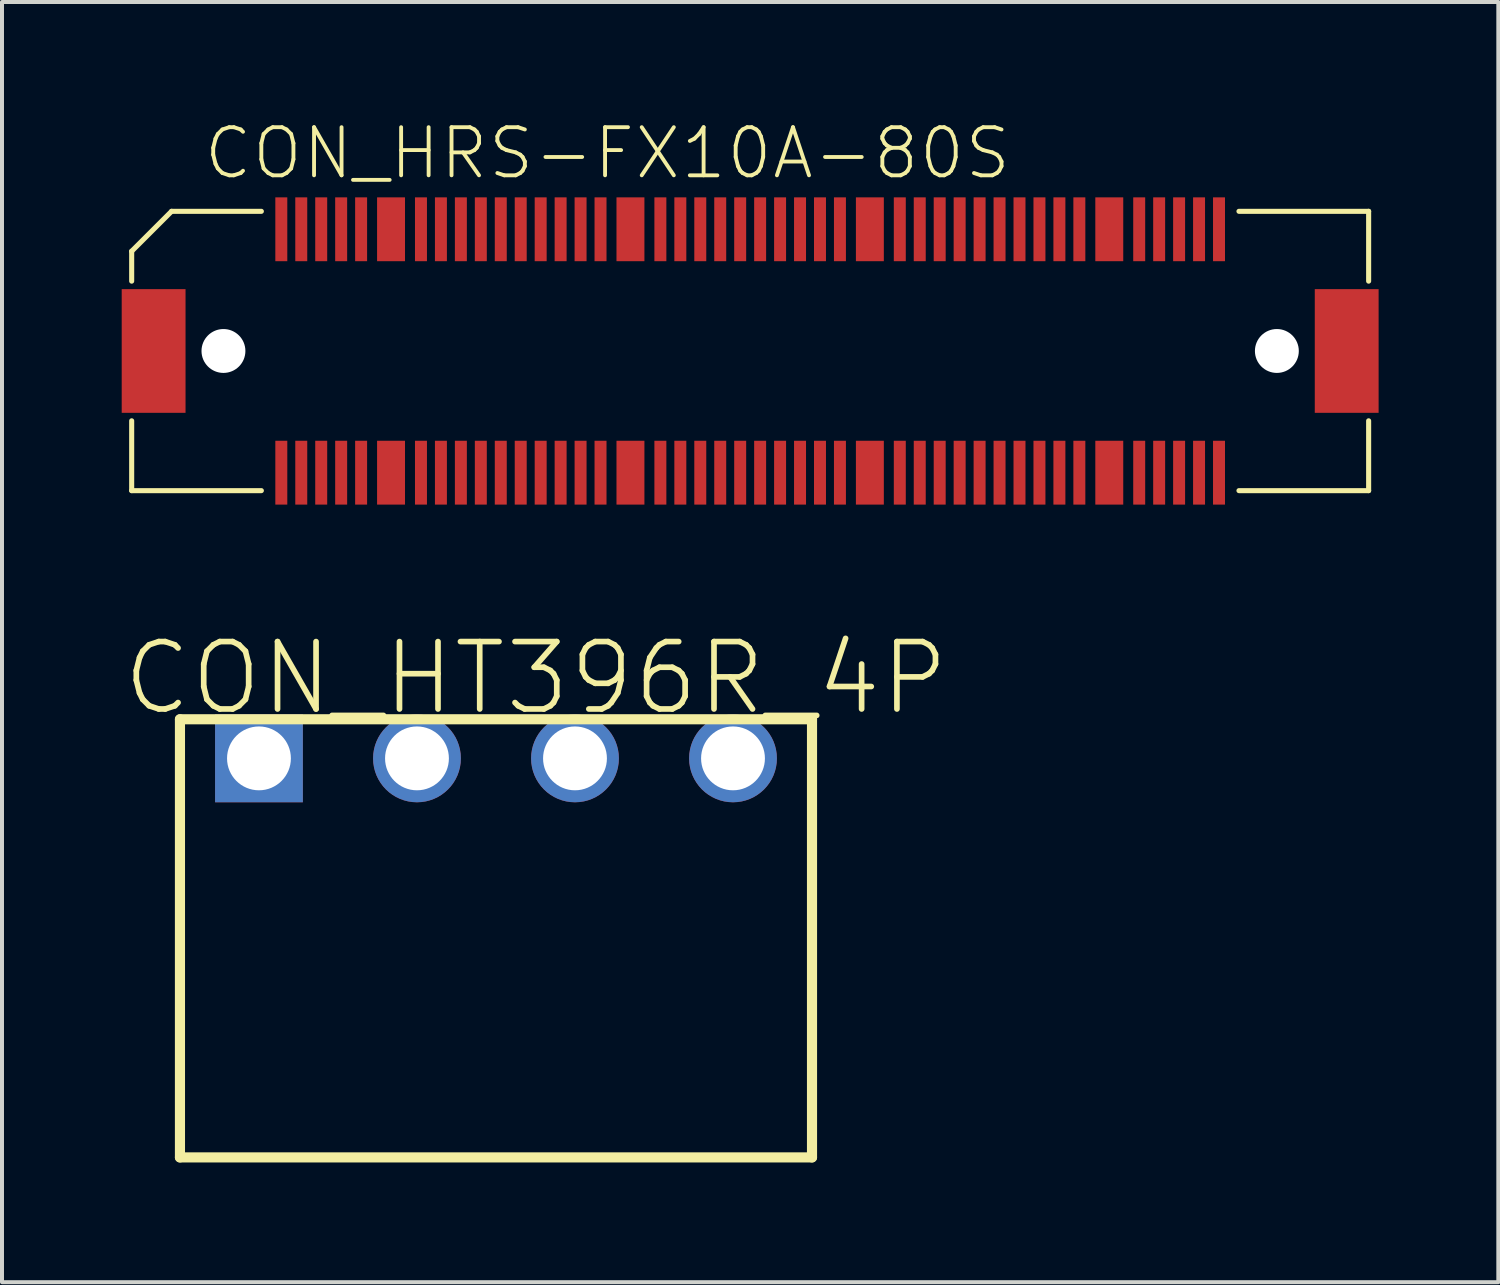
<source format=kicad_pcb>
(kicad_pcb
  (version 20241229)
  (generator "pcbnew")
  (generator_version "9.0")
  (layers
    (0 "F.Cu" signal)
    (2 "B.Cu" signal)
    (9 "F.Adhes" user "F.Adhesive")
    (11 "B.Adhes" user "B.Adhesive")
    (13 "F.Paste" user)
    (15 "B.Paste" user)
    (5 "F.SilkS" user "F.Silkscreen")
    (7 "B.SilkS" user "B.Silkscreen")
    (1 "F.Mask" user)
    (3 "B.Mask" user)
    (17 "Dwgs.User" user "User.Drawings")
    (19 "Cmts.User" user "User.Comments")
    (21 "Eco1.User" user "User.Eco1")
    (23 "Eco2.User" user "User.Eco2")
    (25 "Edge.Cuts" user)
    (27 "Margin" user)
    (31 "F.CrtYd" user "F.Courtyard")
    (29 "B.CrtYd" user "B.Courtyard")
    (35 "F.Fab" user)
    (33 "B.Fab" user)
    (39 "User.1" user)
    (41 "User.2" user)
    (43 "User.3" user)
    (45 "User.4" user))
  (footprint "CON_HT396R_4P"
    (layer "F.Cu")
    (at 9.38 15.956)
    (property "Reference" "CON_HT396R_4P" (at 1 -3 0) (layer "F.SilkS") (effects (font (size 1.689 1.689) (thickness 0.142)) (justify top)))
    (attr through_hole)
    (fp_line (start -7.92 -0.98) (end 7.92 -0.98) (stroke (width 0.254) (type solid)) (layer "F.SilkS"))
    (fp_line (start -7.92 10) (end -7.92 -0.98) (stroke (width 0.254) (type solid)) (layer "F.SilkS"))
    (fp_line (start 7.92 -0.98) (end 7.92 10) (stroke (width 0.254) (type solid)) (layer "F.SilkS"))
    (fp_line (start 7.92 10) (end -7.92 10) (stroke (width 0.254) (type solid)) (layer "F.SilkS"))
    (pad "1" thru_hole rect (at -5.94 0) (size 2.2 2.2) (drill 1.6) (layers "*.Cu" "*.Mask"))
    (pad "2" thru_hole circle (at -1.98 0 20) (size 2.2 2.2) (drill 1.6) (layers "*.Cu" "*.Mask"))
    (pad "3" thru_hole circle (at 1.98 0) (size 2.2 2.2) (drill 1.6) (layers "*.Cu" "*.Mask"))
    (pad "4" thru_hole circle (at 5.94 0) (size 2.2 2.2) (drill 1.6) (layers "*.Cu" "*.Mask")))
  (footprint "CON_HRS-FX10A-80S"
    (layer "F.Cu")
    (at 15.75 5.746)
    (property "Reference" "CON_HRS-FX10A-80S" (at -13.75 -4.25 0) (layer "F.SilkS") (effects (font (size 1.206 1.206) (thickness 0.097)) (justify left bottom)))
    (attr through_hole)
    (fp_line (start -15.5 -2.5) (end -14.5 -3.5) (stroke (width 0.127) (type solid)) (layer "F.SilkS"))
    (fp_line (start -15.5 -1.75) (end -15.5 -2.5) (stroke (width 0.127) (type solid)) (layer "F.SilkS"))
    (fp_line (start -15.5 3.5) (end -15.5 1.75) (stroke (width 0.127) (type solid)) (layer "F.SilkS"))
    (fp_line (start -12.25 -3.5) (end -14.5 -3.5) (stroke (width 0.127) (type solid)) (layer "F.SilkS"))
    (fp_line (start -12.25 3.5) (end -15.5 3.5) (stroke (width 0.127) (type solid)) (layer "F.SilkS"))
    (fp_line (start 12.25 -3.5) (end 15.5 -3.5) (stroke (width 0.127) (type solid)) (layer "F.SilkS"))
    (fp_line (start 12.25 3.5) (end 15.5 3.5) (stroke (width 0.127) (type solid)) (layer "F.SilkS"))
    (fp_line (start 15.5 -3.5) (end 15.5 -1.75) (stroke (width 0.127) (type solid)) (layer "F.SilkS"))
    (fp_line (start 15.5 3.5) (end 15.5 1.75) (stroke (width 0.127) (type solid)) (layer "F.SilkS"))
    (pad "" np_thru_hole circle (at -13.2 0) (size 1.1 1.1) (drill 1.1) (layers "*.Cu" "*.Mask"))
    (pad "" np_thru_hole circle (at 13.2 0) (size 1.1 1.1) (drill 1.1) (layers "*.Cu" "*.Mask"))
    (pad "P$1" smd rect (at -11.75 -3.05 90) (size 1.6 0.3) (layers "F.Cu" "F.Mask" "F.Paste"))
    (pad "P$2" smd rect (at -11.75 3.05 90) (size 1.6 0.3) (layers "F.Cu" "F.Mask" "F.Paste"))
    (pad "P$3" smd rect (at -11.25 -3.05 90) (size 1.6 0.3) (layers "F.Cu" "F.Mask" "F.Paste"))
    (pad "P$4" smd rect (at -11.25 3.05 90) (size 1.6 0.3) (layers "F.Cu" "F.Mask" "F.Paste"))
    (pad "P$5" smd rect (at -10.75 -3.05 90) (size 1.6 0.3) (layers "F.Cu" "F.Mask" "F.Paste"))
    (pad "P$6" smd rect (at -10.75 3.05 90) (size 1.6 0.3) (layers "F.Cu" "F.Mask" "F.Paste"))
    (pad "P$7" smd rect (at -10.25 -3.05 90) (size 1.6 0.3) (layers "F.Cu" "F.Mask" "F.Paste"))
    (pad "P$8" smd rect (at -10.25 3.05 90) (size 1.6 0.3) (layers "F.Cu" "F.Mask" "F.Paste"))
    (pad "P$9" smd rect (at -9.75 -3.05 90) (size 1.6 0.3) (layers "F.Cu" "F.Mask" "F.Paste"))
    (pad "P$10" smd rect (at -9.75 3.05 90) (size 1.6 0.3) (layers "F.Cu" "F.Mask" "F.Paste"))
    (pad "P$11" smd rect (at -8.25 -3.05 90) (size 1.6 0.3) (layers "F.Cu" "F.Mask" "F.Paste"))
    (pad "P$12" smd rect (at -8.25 3.05 90) (size 1.6 0.3) (layers "F.Cu" "F.Mask" "F.Paste"))
    (pad "P$13" smd rect (at -7.75 -3.05 90) (size 1.6 0.3) (layers "F.Cu" "F.Mask" "F.Paste"))
    (pad "P$14" smd rect (at -7.75 3.05 90) (size 1.6 0.3) (layers "F.Cu" "F.Mask" "F.Paste"))
    (pad "P$15" smd rect (at -7.25 -3.05 90) (size 1.6 0.3) (layers "F.Cu" "F.Mask" "F.Paste"))
    (pad "P$16" smd rect (at -7.25 3.05 90) (size 1.6 0.3) (layers "F.Cu" "F.Mask" "F.Paste"))
    (pad "P$17" smd rect (at -6.75 -3.05 90) (size 1.6 0.3) (layers "F.Cu" "F.Mask" "F.Paste"))
    (pad "P$18" smd rect (at -6.75 3.05 90) (size 1.6 0.3) (layers "F.Cu" "F.Mask" "F.Paste"))
    (pad "P$19" smd rect (at -6.25 -3.05 90) (size 1.6 0.3) (layers "F.Cu" "F.Mask" "F.Paste"))
    (pad "P$20" smd rect (at -6.25 3.05 90) (size 1.6 0.3) (layers "F.Cu" "F.Mask" "F.Paste"))
    (pad "P$21" smd rect (at -5.75 -3.05 90) (size 1.6 0.3) (layers "F.Cu" "F.Mask" "F.Paste"))
    (pad "P$22" smd rect (at -5.75 3.05 90) (size 1.6 0.3) (layers "F.Cu" "F.Mask" "F.Paste"))
    (pad "P$23" smd rect (at -5.25 -3.05 90) (size 1.6 0.3) (layers "F.Cu" "F.Mask" "F.Paste"))
    (pad "P$24" smd rect (at -5.25 3.05 90) (size 1.6 0.3) (layers "F.Cu" "F.Mask" "F.Paste"))
    (pad "P$25" smd rect (at -4.75 -3.05 90) (size 1.6 0.3) (layers "F.Cu" "F.Mask" "F.Paste"))
    (pad "P$26" smd rect (at -4.75 3.05 90) (size 1.6 0.3) (layers "F.Cu" "F.Mask" "F.Paste"))
    (pad "P$27" smd rect (at -4.25 -3.05 90) (size 1.6 0.3) (layers "F.Cu" "F.Mask" "F.Paste"))
    (pad "P$28" smd rect (at -4.25 3.05 90) (size 1.6 0.3) (layers "F.Cu" "F.Mask" "F.Paste"))
    (pad "P$29" smd rect (at -3.75 -3.05 90) (size 1.6 0.3) (layers "F.Cu" "F.Mask" "F.Paste"))
    (pad "P$30" smd rect (at -3.75 3.05 90) (size 1.6 0.3) (layers "F.Cu" "F.Mask" "F.Paste"))
    (pad "P$31" smd rect (at -2.25 -3.05 90) (size 1.6 0.3) (layers "F.Cu" "F.Mask" "F.Paste"))
    (pad "P$32" smd rect (at -2.25 3.05 90) (size 1.6 0.3) (layers "F.Cu" "F.Mask" "F.Paste"))
    (pad "P$33" smd rect (at -1.75 -3.05 90) (size 1.6 0.3) (layers "F.Cu" "F.Mask" "F.Paste"))
    (pad "P$34" smd rect (at -1.75 3.05 90) (size 1.6 0.3) (layers "F.Cu" "F.Mask" "F.Paste"))
    (pad "P$35" smd rect (at -1.25 -3.05 90) (size 1.6 0.3) (layers "F.Cu" "F.Mask" "F.Paste"))
    (pad "P$36" smd rect (at -1.25 3.05 90) (size 1.6 0.3) (layers "F.Cu" "F.Mask" "F.Paste"))
    (pad "P$37" smd rect (at -0.75 -3.05 90) (size 1.6 0.3) (layers "F.Cu" "F.Mask" "F.Paste"))
    (pad "P$38" smd rect (at -0.75 3.05 90) (size 1.6 0.3) (layers "F.Cu" "F.Mask" "F.Paste"))
    (pad "P$39" smd rect (at -0.25 -3.05 90) (size 1.6 0.3) (layers "F.Cu" "F.Mask" "F.Paste"))
    (pad "P$40" smd rect (at -0.25 3.05 90) (size 1.6 0.3) (layers "F.Cu" "F.Mask" "F.Paste"))
    (pad "P$41" smd rect (at 0.25 -3.05 90) (size 1.6 0.3) (layers "F.Cu" "F.Mask" "F.Paste"))
    (pad "P$42" smd rect (at 0.25 3.05 90) (size 1.6 0.3) (layers "F.Cu" "F.Mask" "F.Paste"))
    (pad "P$43" smd rect (at 0.75 -3.05 90) (size 1.6 0.3) (layers "F.Cu" "F.Mask" "F.Paste"))
    (pad "P$44" smd rect (at 0.75 3.05 90) (size 1.6 0.3) (layers "F.Cu" "F.Mask" "F.Paste"))
    (pad "P$45" smd rect (at 1.25 -3.05 90) (size 1.6 0.3) (layers "F.Cu" "F.Mask" "F.Paste"))
    (pad "P$46" smd rect (at 1.25 3.05 90) (size 1.6 0.3) (layers "F.Cu" "F.Mask" "F.Paste"))
    (pad "P$47" smd rect (at 1.75 -3.05 90) (size 1.6 0.3) (layers "F.Cu" "F.Mask" "F.Paste"))
    (pad "P$48" smd rect (at 1.75 3.05 90) (size 1.6 0.3) (layers "F.Cu" "F.Mask" "F.Paste"))
    (pad "P$49" smd rect (at 2.25 -3.05 90) (size 1.6 0.3) (layers "F.Cu" "F.Mask" "F.Paste"))
    (pad "P$50" smd rect (at 2.25 3.05 90) (size 1.6 0.3) (layers "F.Cu" "F.Mask" "F.Paste"))
    (pad "P$51" smd rect (at 3.75 -3.05 90) (size 1.6 0.3) (layers "F.Cu" "F.Mask" "F.Paste"))
    (pad "P$52" smd rect (at 3.75 3.05 90) (size 1.6 0.3) (layers "F.Cu" "F.Mask" "F.Paste"))
    (pad "P$53" smd rect (at 4.25 -3.05 90) (size 1.6 0.3) (layers "F.Cu" "F.Mask" "F.Paste"))
    (pad "P$54" smd rect (at 4.25 3.05 90) (size 1.6 0.3) (layers "F.Cu" "F.Mask" "F.Paste"))
    (pad "P$55" smd rect (at 4.75 -3.05 90) (size 1.6 0.3) (layers "F.Cu" "F.Mask" "F.Paste"))
    (pad "P$56" smd rect (at 4.75 3.05 90) (size 1.6 0.3) (layers "F.Cu" "F.Mask" "F.Paste"))
    (pad "P$57" smd rect (at 5.25 -3.05 90) (size 1.6 0.3) (layers "F.Cu" "F.Mask" "F.Paste"))
    (pad "P$58" smd rect (at 5.25 3.05 90) (size 1.6 0.3) (layers "F.Cu" "F.Mask" "F.Paste"))
    (pad "P$59" smd rect (at 5.75 -3.05 90) (size 1.6 0.3) (layers "F.Cu" "F.Mask" "F.Paste"))
    (pad "P$60" smd rect (at 5.75 3.05 90) (size 1.6 0.3) (layers "F.Cu" "F.Mask" "F.Paste"))
    (pad "P$61" smd rect (at 6.25 -3.05 90) (size 1.6 0.3) (layers "F.Cu" "F.Mask" "F.Paste"))
    (pad "P$62" smd rect (at 6.25 3.05 90) (size 1.6 0.3) (layers "F.Cu" "F.Mask" "F.Paste"))
    (pad "P$63" smd rect (at 6.75 -3.05 90) (size 1.6 0.3) (layers "F.Cu" "F.Mask" "F.Paste"))
    (pad "P$64" smd rect (at 6.75 3.05 90) (size 1.6 0.3) (layers "F.Cu" "F.Mask" "F.Paste"))
    (pad "P$65" smd rect (at 7.25 -3.05 90) (size 1.6 0.3) (layers "F.Cu" "F.Mask" "F.Paste"))
    (pad "P$66" smd rect (at 7.25 3.05 90) (size 1.6 0.3) (layers "F.Cu" "F.Mask" "F.Paste"))
    (pad "P$67" smd rect (at 7.75 -3.05 90) (size 1.6 0.3) (layers "F.Cu" "F.Mask" "F.Paste"))
    (pad "P$68" smd rect (at 7.75 3.05 90) (size 1.6 0.3) (layers "F.Cu" "F.Mask" "F.Paste"))
    (pad "P$69" smd rect (at 8.25 -3.05 90) (size 1.6 0.3) (layers "F.Cu" "F.Mask" "F.Paste"))
    (pad "P$70" smd rect (at 8.25 3.05 90) (size 1.6 0.3) (layers "F.Cu" "F.Mask" "F.Paste"))
    (pad "P$71" smd rect (at 9.75 -3.05 90) (size 1.6 0.3) (layers "F.Cu" "F.Mask" "F.Paste"))
    (pad "P$72" smd rect (at 9.75 3.05 90) (size 1.6 0.3) (layers "F.Cu" "F.Mask" "F.Paste"))
    (pad "P$73" smd rect (at 10.25 -3.05 90) (size 1.6 0.3) (layers "F.Cu" "F.Mask" "F.Paste"))
    (pad "P$74" smd rect (at 10.25 3.05 90) (size 1.6 0.3) (layers "F.Cu" "F.Mask" "F.Paste"))
    (pad "P$75" smd rect (at 10.75 -3.05 90) (size 1.6 0.3) (layers "F.Cu" "F.Mask" "F.Paste"))
    (pad "P$76" smd rect (at 10.75 3.05 90) (size 1.6 0.3) (layers "F.Cu" "F.Mask" "F.Paste"))
    (pad "P$77" smd rect (at 11.25 -3.05 90) (size 1.6 0.3) (layers "F.Cu" "F.Mask" "F.Paste"))
    (pad "P$78" smd rect (at 11.25 3.05 90) (size 1.6 0.3) (layers "F.Cu" "F.Mask" "F.Paste"))
    (pad "P$79" smd rect (at 11.75 -3.05 90) (size 1.6 0.3) (layers "F.Cu" "F.Mask" "F.Paste"))
    (pad "P$80" smd rect (at 11.75 3.05 90) (size 1.6 0.3) (layers "F.Cu" "F.Mask" "F.Paste"))
    (pad "P$G1" smd rect (at -9 -3.05 90) (size 1.6 0.7) (layers "F.Cu" "F.Mask" "F.Paste"))
    (pad "P$G2" smd rect (at -9 3.05 90) (size 1.6 0.7) (layers "F.Cu" "F.Mask" "F.Paste"))
    (pad "P$G3" smd rect (at -3 -3.05 90) (size 1.6 0.7) (layers "F.Cu" "F.Mask" "F.Paste"))
    (pad "P$G4" smd rect (at -3 3.05 90) (size 1.6 0.7) (layers "F.Cu" "F.Mask" "F.Paste"))
    (pad "P$G5" smd rect (at 3 -3.05 90) (size 1.6 0.7) (layers "F.Cu" "F.Mask" "F.Paste"))
    (pad "P$G6" smd rect (at 3 3.05 90) (size 1.6 0.7) (layers "F.Cu" "F.Mask" "F.Paste"))
    (pad "P$G7" smd rect (at 9 -3.05 90) (size 1.6 0.7) (layers "F.Cu" "F.Mask" "F.Paste"))
    (pad "P$G8" smd rect (at 9 3.05 90) (size 1.6 0.7) (layers "F.Cu" "F.Mask" "F.Paste"))
    (pad "P$GG1" smd rect (at -14.95 0) (size 1.6 3.1) (layers "F.Cu" "F.Mask" "F.Paste"))
    (pad "P$GG2" smd rect (at 14.95 0) (size 1.6 3.1) (layers "F.Cu" "F.Mask" "F.Paste")))
  (gr_rect
    (start -3 -3)
    (end 34.5 29.083)
    (stroke (width 0.1) (type default))
    (fill no)
    (layer "Edge.Cuts")))
</source>
